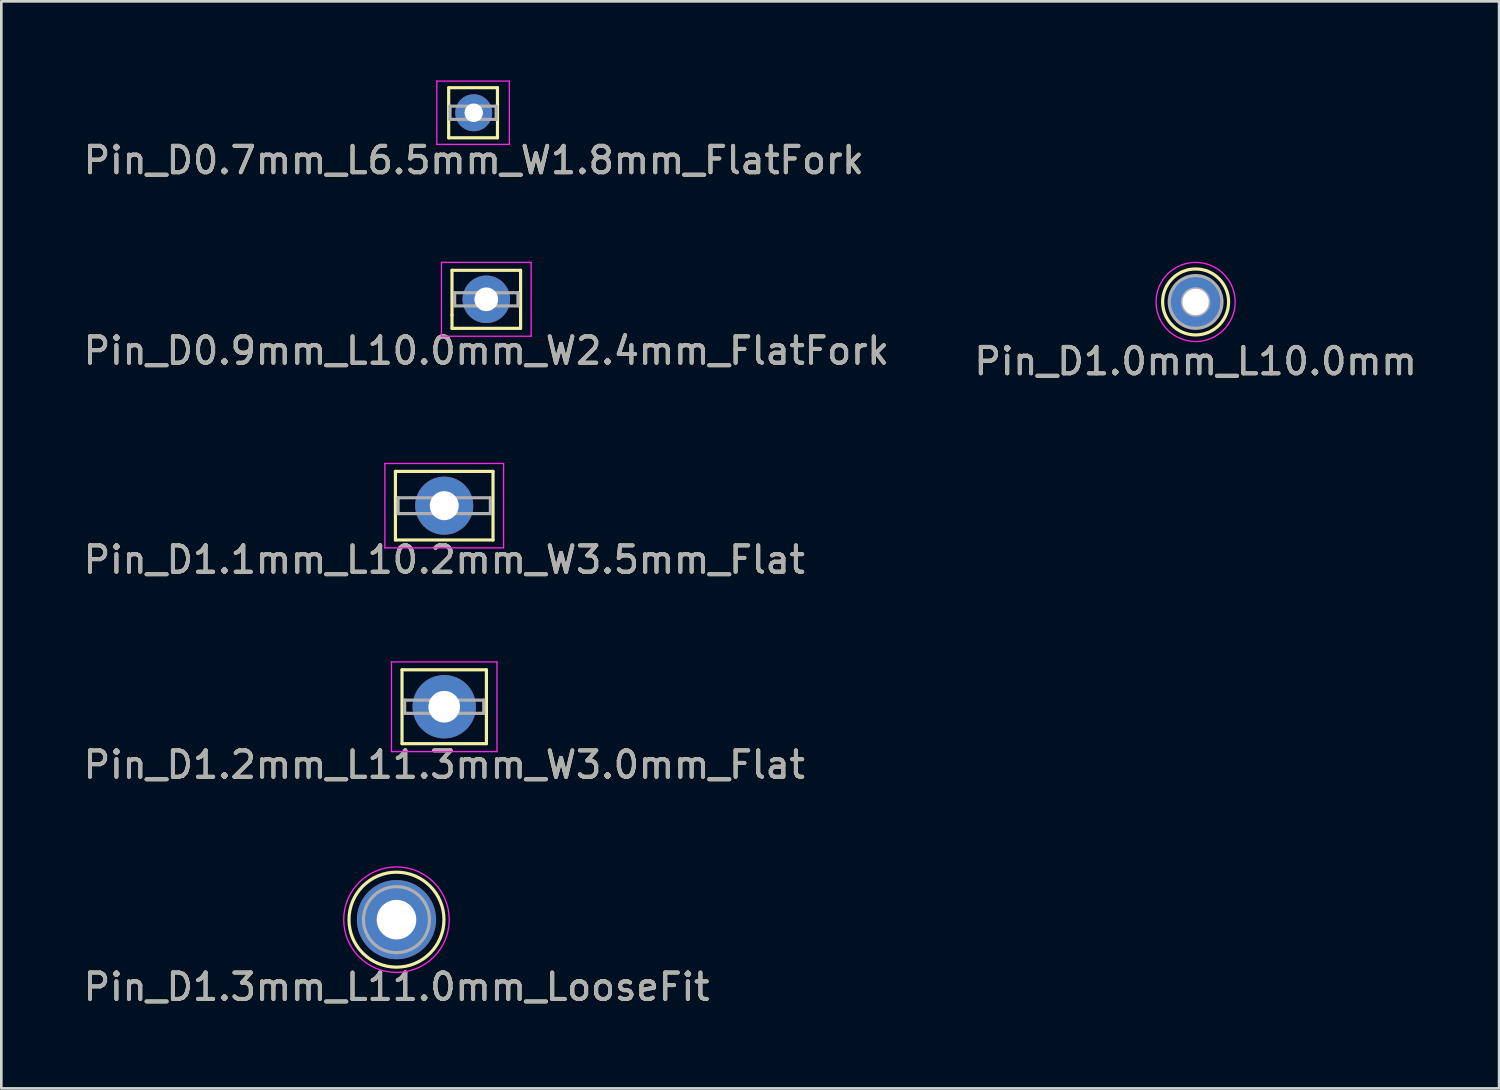
<source format=kicad_pcb>
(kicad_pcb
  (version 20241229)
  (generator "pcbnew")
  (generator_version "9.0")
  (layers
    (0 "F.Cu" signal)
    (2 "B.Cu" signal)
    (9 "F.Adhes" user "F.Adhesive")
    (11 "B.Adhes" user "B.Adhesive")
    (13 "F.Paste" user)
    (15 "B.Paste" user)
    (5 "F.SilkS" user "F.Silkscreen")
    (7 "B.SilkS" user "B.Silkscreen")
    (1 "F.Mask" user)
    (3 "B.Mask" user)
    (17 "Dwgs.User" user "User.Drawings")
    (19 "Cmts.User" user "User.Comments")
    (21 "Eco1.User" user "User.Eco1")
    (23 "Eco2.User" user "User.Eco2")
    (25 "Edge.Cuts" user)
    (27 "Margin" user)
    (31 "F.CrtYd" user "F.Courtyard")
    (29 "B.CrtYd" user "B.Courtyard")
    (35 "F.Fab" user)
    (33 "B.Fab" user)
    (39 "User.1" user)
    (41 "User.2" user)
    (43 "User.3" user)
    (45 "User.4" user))
  (footprint "Pin_D0.9mm_L10.0mm_W2.4mm_FlatFork"
    (layer "F.Cu")
    (at 15.387 8.298)
    (property "Reference" "Pin_D0.9mm_L10.0mm_W2.4mm_FlatFork" (at 0 1.95 0) (layer "F.SilkS") (effects (font (size 1 1) (thickness 0.15))))
    (attr through_hole)
    (fp_line (start -1.3 -1.1) (end -1.3 0.6) (stroke (width 0.12) (type solid)) (layer "F.SilkS"))
    (fp_line (start -1.3 0.6) (end -1.3 1.1) (stroke (width 0.12) (type solid)) (layer "F.SilkS"))
    (fp_line (start -1.3 1.1) (end 1.3 1.1) (stroke (width 0.12) (type solid)) (layer "F.SilkS"))
    (fp_line (start 1.3 -1.1) (end -1.3 -1.1) (stroke (width 0.12) (type solid)) (layer "F.SilkS"))
    (fp_line (start 1.3 1.1) (end 1.3 -1.1) (stroke (width 0.12) (type solid)) (layer "F.SilkS"))
    (fp_line (start -1.7 -1.4) (end -1.7 1.4) (stroke (width 0.05) (type solid)) (layer "F.CrtYd"))
    (fp_line (start -1.7 -1.4) (end 1.7 -1.4) (stroke (width 0.05) (type solid)) (layer "F.CrtYd"))
    (fp_line (start 1.7 1.4) (end -1.7 1.4) (stroke (width 0.05) (type solid)) (layer "F.CrtYd"))
    (fp_line (start 1.7 1.4) (end 1.7 -1.4) (stroke (width 0.05) (type solid)) (layer "F.CrtYd"))
    (fp_line (start -1.2 -0.25) (end -1.2 0.25) (stroke (width 0.12) (type solid)) (layer "F.Fab"))
    (fp_line (start -1.2 0.25) (end 1.2 0.25) (stroke (width 0.12) (type solid)) (layer "F.Fab"))
    (fp_line (start 1.2 -0.25) (end -1.2 -0.25) (stroke (width 0.12) (type solid)) (layer "F.Fab"))
    (fp_line (start 1.2 0.25) (end 1.2 -0.25) (stroke (width 0.12) (type solid)) (layer "F.Fab"))
    (fp_text user "${REFERENCE}" (at 0 1.95 0) (layer "F.Fab") (effects (font (size 1 1) (thickness 0.15))))
    (pad "1" thru_hole circle (at 0 0) (size 1.8 1.8) (drill 0.9) (layers "*.Cu" "*.Mask")))
  (footprint "Pin_D1.3mm_L11.0mm_LooseFit"
    (layer "F.Cu")
    (at 11.982 31.818)
    (property "Reference" "Pin_D1.3mm_L11.0mm_LooseFit" (at 0 2.55 0) (layer "F.SilkS") (effects (font (size 1 1) (thickness 0.15))))
    (attr through_hole)
    (fp_circle (center 0 0) (end 1.8 0.05) (stroke (width 0.12) (type solid)) (fill no) (layer "F.SilkS"))
    (fp_circle (center 0 0) (end 2 0) (stroke (width 0.05) (type solid)) (fill no) (layer "F.CrtYd"))
    (fp_circle (center 0 0) (end 0.65 -0.05) (stroke (width 0.12) (type solid)) (fill no) (layer "F.Fab"))
    (fp_circle (center 0 0) (end 1.25 -0.05) (stroke (width 0.12) (type solid)) (fill no) (layer "F.Fab"))
    (fp_text user "${REFERENCE}" (at 0 2.55 0) (layer "F.Fab") (effects (font (size 1 1) (thickness 0.15))))
    (pad "1" thru_hole circle (at 0 0) (size 3 3) (drill 1.5) (layers "*.Cu" "*.Mask")))
  (footprint "Pin_D1.1mm_L10.2mm_W3.5mm_Flat"
    (layer "F.Cu")
    (at 13.792 16.122)
    (property "Reference" "Pin_D1.1mm_L10.2mm_W3.5mm_Flat" (at 0 2.05 0) (layer "F.SilkS") (effects (font (size 1 1) (thickness 0.15))))
    (attr through_hole)
    (fp_line (start -1.85 -1.3) (end -1.85 1.3) (stroke (width 0.12) (type solid)) (layer "F.SilkS"))
    (fp_line (start -1.85 -1.3) (end 1.85 -1.3) (stroke (width 0.12) (type solid)) (layer "F.SilkS"))
    (fp_line (start 1.85 -1.3) (end 1.85 1.3) (stroke (width 0.12) (type solid)) (layer "F.SilkS"))
    (fp_line (start 1.85 1.3) (end -1.85 1.3) (stroke (width 0.12) (type solid)) (layer "F.SilkS"))
    (fp_line (start -2.25 -1.6) (end -2.25 1.6) (stroke (width 0.05) (type solid)) (layer "F.CrtYd"))
    (fp_line (start -2.25 -1.6) (end 2.25 -1.6) (stroke (width 0.05) (type solid)) (layer "F.CrtYd"))
    (fp_line (start 2.25 1.6) (end -2.25 1.6) (stroke (width 0.05) (type solid)) (layer "F.CrtYd"))
    (fp_line (start 2.25 1.6) (end 2.25 -1.6) (stroke (width 0.05) (type solid)) (layer "F.CrtYd"))
    (fp_line (start -1.75 -0.3) (end 1.75 -0.3) (stroke (width 0.12) (type solid)) (layer "F.Fab"))
    (fp_line (start -1.75 0.3) (end -1.75 -0.3) (stroke (width 0.12) (type solid)) (layer "F.Fab"))
    (fp_line (start 1.75 -0.3) (end 1.75 0.3) (stroke (width 0.12) (type solid)) (layer "F.Fab"))
    (fp_line (start 1.75 0.3) (end -1.75 0.3) (stroke (width 0.12) (type solid)) (layer "F.Fab"))
    (fp_text user "${REFERENCE}" (at 0 2.05 0) (layer "F.Fab") (effects (font (size 1 1) (thickness 0.15))))
    (pad "1" thru_hole circle (at 0 0) (size 2.2 2.2) (drill 1.1) (layers "*.Cu" "*.Mask")))
  (footprint "Pin_D0.7mm_L6.5mm_W1.8mm_FlatFork"
    (layer "F.Cu")
    (at 14.911 1.225)
    (property "Reference" "Pin_D0.7mm_L6.5mm_W1.8mm_FlatFork" (at 0 1.8 0) (layer "F.SilkS") (effects (font (size 1 1) (thickness 0.15))))
    (attr through_hole)
    (fp_line (start -0.95 -0.95) (end -0.95 0.95) (stroke (width 0.12) (type solid)) (layer "F.SilkS"))
    (fp_line (start -0.95 0.95) (end 0.9 0.95) (stroke (width 0.12) (type solid)) (layer "F.SilkS"))
    (fp_line (start 0.9 -0.95) (end -0.95 -0.95) (stroke (width 0.12) (type solid)) (layer "F.SilkS"))
    (fp_line (start 0.9 -0.9) (end 0.9 -0.95) (stroke (width 0.12) (type solid)) (layer "F.SilkS"))
    (fp_line (start 0.9 0.95) (end 0.9 -0.9) (stroke (width 0.12) (type solid)) (layer "F.SilkS"))
    (fp_line (start -1.4 -1.2) (end -1.4 1.2) (stroke (width 0.05) (type solid)) (layer "F.CrtYd"))
    (fp_line (start -1.4 -1.2) (end 1.35 -1.2) (stroke (width 0.05) (type solid)) (layer "F.CrtYd"))
    (fp_line (start 1.35 1.2) (end -1.4 1.2) (stroke (width 0.05) (type solid)) (layer "F.CrtYd"))
    (fp_line (start 1.35 1.2) (end 1.35 -1.2) (stroke (width 0.05) (type solid)) (layer "F.CrtYd"))
    (fp_line (start -0.9 -0.25) (end 0.85 -0.25) (stroke (width 0.12) (type solid)) (layer "F.Fab"))
    (fp_line (start -0.9 0.25) (end -0.9 -0.25) (stroke (width 0.12) (type solid)) (layer "F.Fab"))
    (fp_line (start 0.85 -0.25) (end 0.85 0.25) (stroke (width 0.12) (type solid)) (layer "F.Fab"))
    (fp_line (start 0.85 0.25) (end -0.9 0.25) (stroke (width 0.12) (type solid)) (layer "F.Fab"))
    (fp_text user "${REFERENCE}" (at 0 1.8 0) (layer "F.Fab") (effects (font (size 1 1) (thickness 0.15))))
    (pad "1" thru_hole circle (at 0 0) (size 1.4 1.4) (drill 0.7) (layers "*.Cu" "*.Mask")))
  (footprint "Pin_D1.0mm_L10.0mm"
    (layer "F.Cu")
    (at 42.28 8.398)
    (property "Reference" "Pin_D1.0mm_L10.0mm" (at 0 2.25 0) (layer "F.SilkS") (effects (font (size 1 1) (thickness 0.15))))
    (attr through_hole)
    (fp_circle (center 0 0) (end 1.25 0.05) (stroke (width 0.12) (type solid)) (fill no) (layer "F.SilkS"))
    (fp_circle (center 0 0) (end 1.5 0) (stroke (width 0.05) (type solid)) (fill no) (layer "F.CrtYd"))
    (fp_circle (center 0 0) (end 0.5 0) (stroke (width 0.12) (type solid)) (fill no) (layer "F.Fab"))
    (fp_circle (center 0 0) (end 1 0) (stroke (width 0.12) (type solid)) (fill no) (layer "F.Fab"))
    (fp_text user "${REFERENCE}" (at 0 2.25 0) (layer "F.Fab") (effects (font (size 1 1) (thickness 0.15))))
    (pad "1" thru_hole circle (at 0 0) (size 2 2) (drill 1) (layers "*.Cu" "*.Mask")))
  (footprint "Pin_D1.2mm_L11.3mm_W3.0mm_Flat"
    (layer "F.Cu")
    (at 13.792 23.745)
    (property "Reference" "Pin_D1.2mm_L11.3mm_W3.0mm_Flat" (at 0 2.2 0) (layer "F.SilkS") (effects (font (size 1 1) (thickness 0.15))))
    (attr through_hole)
    (fp_line (start -1.6 -1.4) (end 1.6 -1.4) (stroke (width 0.12) (type solid)) (layer "F.SilkS"))
    (fp_line (start -1.6 1.4) (end -1.6 -1.4) (stroke (width 0.12) (type solid)) (layer "F.SilkS"))
    (fp_line (start 1.6 -1.4) (end 1.6 1.4) (stroke (width 0.12) (type solid)) (layer "F.SilkS"))
    (fp_line (start 1.6 1.4) (end -1.6 1.4) (stroke (width 0.12) (type solid)) (layer "F.SilkS"))
    (fp_line (start -2 -1.7) (end -2 1.7) (stroke (width 0.05) (type solid)) (layer "F.CrtYd"))
    (fp_line (start -2 -1.7) (end 2 -1.7) (stroke (width 0.05) (type solid)) (layer "F.CrtYd"))
    (fp_line (start 2 1.7) (end -2 1.7) (stroke (width 0.05) (type solid)) (layer "F.CrtYd"))
    (fp_line (start 2 1.7) (end 2 -1.7) (stroke (width 0.05) (type solid)) (layer "F.CrtYd"))
    (fp_line (start -1.5 -0.25) (end 1.5 -0.25) (stroke (width 0.12) (type solid)) (layer "F.Fab"))
    (fp_line (start -1.5 0.25) (end -1.5 -0.25) (stroke (width 0.12) (type solid)) (layer "F.Fab"))
    (fp_line (start 1.5 -0.25) (end 1.5 0.25) (stroke (width 0.12) (type solid)) (layer "F.Fab"))
    (fp_line (start 1.5 0.25) (end -1.5 0.25) (stroke (width 0.12) (type solid)) (layer "F.Fab"))
    (fp_text user "${REFERENCE}" (at 0 2.2 0) (layer "F.Fab") (effects (font (size 1 1) (thickness 0.15))))
    (pad "1" thru_hole circle (at 0 0) (size 2.4 2.4) (drill 1.2) (layers "*.Cu" "*.Mask")))
  (gr_rect
    (start -3 -3)
    (end 53.786 38.216)
    (stroke (width 0.1) (type default))
    (fill no)
    (layer "Edge.Cuts")))
</source>
